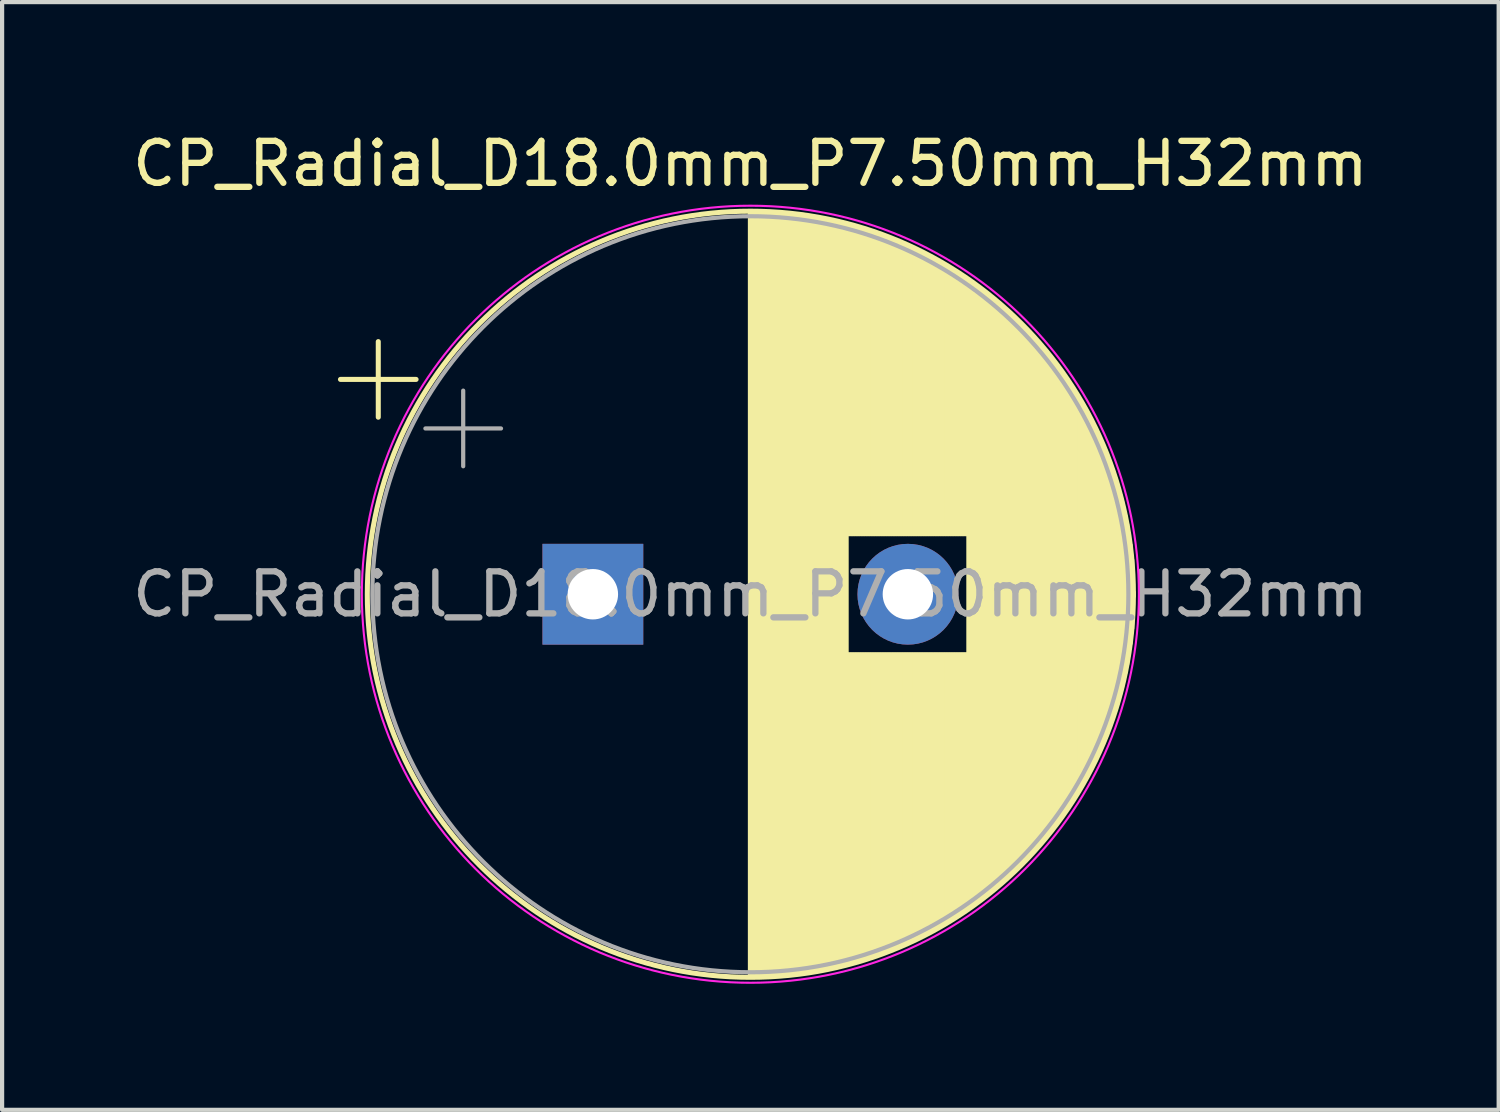
<source format=kicad_pcb>
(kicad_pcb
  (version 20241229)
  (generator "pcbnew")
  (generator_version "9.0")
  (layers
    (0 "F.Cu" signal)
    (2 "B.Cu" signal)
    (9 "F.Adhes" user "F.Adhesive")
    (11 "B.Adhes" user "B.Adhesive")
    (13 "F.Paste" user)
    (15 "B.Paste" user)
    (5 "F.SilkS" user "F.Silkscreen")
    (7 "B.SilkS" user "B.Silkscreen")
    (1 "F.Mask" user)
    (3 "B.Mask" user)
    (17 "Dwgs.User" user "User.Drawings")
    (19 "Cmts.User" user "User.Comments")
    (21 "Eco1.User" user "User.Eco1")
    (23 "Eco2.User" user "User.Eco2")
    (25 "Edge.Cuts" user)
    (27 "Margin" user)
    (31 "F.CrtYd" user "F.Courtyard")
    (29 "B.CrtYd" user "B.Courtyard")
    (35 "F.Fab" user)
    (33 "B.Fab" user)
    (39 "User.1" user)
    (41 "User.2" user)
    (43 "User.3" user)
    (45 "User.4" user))
  (footprint "CP_Radial_D18.0mm_P7.50mm_H32mm"
    (layer "F.Cu")
    (at 11.065 11.098)
    (property "Reference" "CP_Radial_D18.0mm_P7.50mm_H32mm" (at 3.75 -10.25 0) (layer "F.SilkS") (effects (font (size 1 1) (thickness 0.15))))
    (attr through_hole)
    (fp_line (start -6.009 -5.115) (end -4.209 -5.115) (stroke (width 0.12) (type solid)) (layer "F.SilkS"))
    (fp_line (start -5.109 -6.015) (end -5.109 -4.215) (stroke (width 0.12) (type solid)) (layer "F.SilkS"))
    (fp_line (start 3.75 -9.081) (end 3.75 9.081) (stroke (width 0.12) (type solid)) (layer "F.SilkS"))
    (fp_line (start 3.79 -9.08) (end 3.79 9.08) (stroke (width 0.12) (type solid)) (layer "F.SilkS"))
    (fp_line (start 3.83 -9.08) (end 3.83 9.08) (stroke (width 0.12) (type solid)) (layer "F.SilkS"))
    (fp_line (start 3.87 -9.08) (end 3.87 9.08) (stroke (width 0.12) (type solid)) (layer "F.SilkS"))
    (fp_line (start 3.91 -9.079) (end 3.91 9.079) (stroke (width 0.12) (type solid)) (layer "F.SilkS"))
    (fp_line (start 3.95 -9.078) (end 3.95 9.078) (stroke (width 0.12) (type solid)) (layer "F.SilkS"))
    (fp_line (start 3.99 -9.077) (end 3.99 9.077) (stroke (width 0.12) (type solid)) (layer "F.SilkS"))
    (fp_line (start 4.03 -9.076) (end 4.03 9.076) (stroke (width 0.12) (type solid)) (layer "F.SilkS"))
    (fp_line (start 4.07 -9.075) (end 4.07 9.075) (stroke (width 0.12) (type solid)) (layer "F.SilkS"))
    (fp_line (start 4.11 -9.073) (end 4.11 9.073) (stroke (width 0.12) (type solid)) (layer "F.SilkS"))
    (fp_line (start 4.15 -9.072) (end 4.15 9.072) (stroke (width 0.12) (type solid)) (layer "F.SilkS"))
    (fp_line (start 4.19 -9.07) (end 4.19 9.07) (stroke (width 0.12) (type solid)) (layer "F.SilkS"))
    (fp_line (start 4.23 -9.068) (end 4.23 9.068) (stroke (width 0.12) (type solid)) (layer "F.SilkS"))
    (fp_line (start 4.27 -9.066) (end 4.27 9.066) (stroke (width 0.12) (type solid)) (layer "F.SilkS"))
    (fp_line (start 4.31 -9.063) (end 4.31 9.063) (stroke (width 0.12) (type solid)) (layer "F.SilkS"))
    (fp_line (start 4.35 -9.061) (end 4.35 9.061) (stroke (width 0.12) (type solid)) (layer "F.SilkS"))
    (fp_line (start 4.39 -9.058) (end 4.39 9.058) (stroke (width 0.12) (type solid)) (layer "F.SilkS"))
    (fp_line (start 4.43 -9.055) (end 4.43 9.055) (stroke (width 0.12) (type solid)) (layer "F.SilkS"))
    (fp_line (start 4.471 -9.052) (end 4.471 9.052) (stroke (width 0.12) (type solid)) (layer "F.SilkS"))
    (fp_line (start 4.511 -9.049) (end 4.511 9.049) (stroke (width 0.12) (type solid)) (layer "F.SilkS"))
    (fp_line (start 4.551 -9.045) (end 4.551 9.045) (stroke (width 0.12) (type solid)) (layer "F.SilkS"))
    (fp_line (start 4.591 -9.042) (end 4.591 9.042) (stroke (width 0.12) (type solid)) (layer "F.SilkS"))
    (fp_line (start 4.631 -9.038) (end 4.631 9.038) (stroke (width 0.12) (type solid)) (layer "F.SilkS"))
    (fp_line (start 4.671 -9.034) (end 4.671 9.034) (stroke (width 0.12) (type solid)) (layer "F.SilkS"))
    (fp_line (start 4.711 -9.03) (end 4.711 9.03) (stroke (width 0.12) (type solid)) (layer "F.SilkS"))
    (fp_line (start 4.751 -9.026) (end 4.751 9.026) (stroke (width 0.12) (type solid)) (layer "F.SilkS"))
    (fp_line (start 4.791 -9.021) (end 4.791 9.021) (stroke (width 0.12) (type solid)) (layer "F.SilkS"))
    (fp_line (start 4.831 -9.016) (end 4.831 9.016) (stroke (width 0.12) (type solid)) (layer "F.SilkS"))
    (fp_line (start 4.871 -9.011) (end 4.871 9.011) (stroke (width 0.12) (type solid)) (layer "F.SilkS"))
    (fp_line (start 4.911 -9.006) (end 4.911 9.006) (stroke (width 0.12) (type solid)) (layer "F.SilkS"))
    (fp_line (start 4.951 -9.001) (end 4.951 9.001) (stroke (width 0.12) (type solid)) (layer "F.SilkS"))
    (fp_line (start 4.991 -8.996) (end 4.991 8.996) (stroke (width 0.12) (type solid)) (layer "F.SilkS"))
    (fp_line (start 5.031 -8.99) (end 5.031 8.99) (stroke (width 0.12) (type solid)) (layer "F.SilkS"))
    (fp_line (start 5.071 -8.984) (end 5.071 8.984) (stroke (width 0.12) (type solid)) (layer "F.SilkS"))
    (fp_line (start 5.111 -8.979) (end 5.111 8.979) (stroke (width 0.12) (type solid)) (layer "F.SilkS"))
    (fp_line (start 5.151 -8.972) (end 5.151 8.972) (stroke (width 0.12) (type solid)) (layer "F.SilkS"))
    (fp_line (start 5.191 -8.966) (end 5.191 8.966) (stroke (width 0.12) (type solid)) (layer "F.SilkS"))
    (fp_line (start 5.231 -8.96) (end 5.231 8.96) (stroke (width 0.12) (type solid)) (layer "F.SilkS"))
    (fp_line (start 5.271 -8.953) (end 5.271 8.953) (stroke (width 0.12) (type solid)) (layer "F.SilkS"))
    (fp_line (start 5.311 -8.946) (end 5.311 8.946) (stroke (width 0.12) (type solid)) (layer "F.SilkS"))
    (fp_line (start 5.351 -8.939) (end 5.351 8.939) (stroke (width 0.12) (type solid)) (layer "F.SilkS"))
    (fp_line (start 5.391 -8.932) (end 5.391 8.932) (stroke (width 0.12) (type solid)) (layer "F.SilkS"))
    (fp_line (start 5.431 -8.924) (end 5.431 8.924) (stroke (width 0.12) (type solid)) (layer "F.SilkS"))
    (fp_line (start 5.471 -8.917) (end 5.471 8.917) (stroke (width 0.12) (type solid)) (layer "F.SilkS"))
    (fp_line (start 5.511 -8.909) (end 5.511 8.909) (stroke (width 0.12) (type solid)) (layer "F.SilkS"))
    (fp_line (start 5.551 -8.901) (end 5.551 8.901) (stroke (width 0.12) (type solid)) (layer "F.SilkS"))
    (fp_line (start 5.591 -8.893) (end 5.591 8.893) (stroke (width 0.12) (type solid)) (layer "F.SilkS"))
    (fp_line (start 5.631 -8.885) (end 5.631 8.885) (stroke (width 0.12) (type solid)) (layer "F.SilkS"))
    (fp_line (start 5.671 -8.876) (end 5.671 8.876) (stroke (width 0.12) (type solid)) (layer "F.SilkS"))
    (fp_line (start 5.711 -8.867) (end 5.711 8.867) (stroke (width 0.12) (type solid)) (layer "F.SilkS"))
    (fp_line (start 5.751 -8.858) (end 5.751 8.858) (stroke (width 0.12) (type solid)) (layer "F.SilkS"))
    (fp_line (start 5.791 -8.849) (end 5.791 8.849) (stroke (width 0.12) (type solid)) (layer "F.SilkS"))
    (fp_line (start 5.831 -8.84) (end 5.831 8.84) (stroke (width 0.12) (type solid)) (layer "F.SilkS"))
    (fp_line (start 5.871 -8.831) (end 5.871 8.831) (stroke (width 0.12) (type solid)) (layer "F.SilkS"))
    (fp_line (start 5.911 -8.821) (end 5.911 8.821) (stroke (width 0.12) (type solid)) (layer "F.SilkS"))
    (fp_line (start 5.951 -8.811) (end 5.951 8.811) (stroke (width 0.12) (type solid)) (layer "F.SilkS"))
    (fp_line (start 5.991 -8.801) (end 5.991 8.801) (stroke (width 0.12) (type solid)) (layer "F.SilkS"))
    (fp_line (start 6.031 -8.791) (end 6.031 8.791) (stroke (width 0.12) (type solid)) (layer "F.SilkS"))
    (fp_line (start 6.071 -8.78) (end 6.071 -1.44) (stroke (width 0.12) (type solid)) (layer "F.SilkS"))
    (fp_line (start 6.071 1.44) (end 6.071 8.78) (stroke (width 0.12) (type solid)) (layer "F.SilkS"))
    (fp_line (start 6.111 -8.77) (end 6.111 -1.44) (stroke (width 0.12) (type solid)) (layer "F.SilkS"))
    (fp_line (start 6.111 1.44) (end 6.111 8.77) (stroke (width 0.12) (type solid)) (layer "F.SilkS"))
    (fp_line (start 6.151 -8.759) (end 6.151 -1.44) (stroke (width 0.12) (type solid)) (layer "F.SilkS"))
    (fp_line (start 6.151 1.44) (end 6.151 8.759) (stroke (width 0.12) (type solid)) (layer "F.SilkS"))
    (fp_line (start 6.191 -8.748) (end 6.191 -1.44) (stroke (width 0.12) (type solid)) (layer "F.SilkS"))
    (fp_line (start 6.191 1.44) (end 6.191 8.748) (stroke (width 0.12) (type solid)) (layer "F.SilkS"))
    (fp_line (start 6.231 -8.737) (end 6.231 -1.44) (stroke (width 0.12) (type solid)) (layer "F.SilkS"))
    (fp_line (start 6.231 1.44) (end 6.231 8.737) (stroke (width 0.12) (type solid)) (layer "F.SilkS"))
    (fp_line (start 6.271 -8.725) (end 6.271 -1.44) (stroke (width 0.12) (type solid)) (layer "F.SilkS"))
    (fp_line (start 6.271 1.44) (end 6.271 8.725) (stroke (width 0.12) (type solid)) (layer "F.SilkS"))
    (fp_line (start 6.311 -8.714) (end 6.311 -1.44) (stroke (width 0.12) (type solid)) (layer "F.SilkS"))
    (fp_line (start 6.311 1.44) (end 6.311 8.714) (stroke (width 0.12) (type solid)) (layer "F.SilkS"))
    (fp_line (start 6.351 -8.702) (end 6.351 -1.44) (stroke (width 0.12) (type solid)) (layer "F.SilkS"))
    (fp_line (start 6.351 1.44) (end 6.351 8.702) (stroke (width 0.12) (type solid)) (layer "F.SilkS"))
    (fp_line (start 6.391 -8.69) (end 6.391 -1.44) (stroke (width 0.12) (type solid)) (layer "F.SilkS"))
    (fp_line (start 6.391 1.44) (end 6.391 8.69) (stroke (width 0.12) (type solid)) (layer "F.SilkS"))
    (fp_line (start 6.431 -8.678) (end 6.431 -1.44) (stroke (width 0.12) (type solid)) (layer "F.SilkS"))
    (fp_line (start 6.431 1.44) (end 6.431 8.678) (stroke (width 0.12) (type solid)) (layer "F.SilkS"))
    (fp_line (start 6.471 -8.665) (end 6.471 -1.44) (stroke (width 0.12) (type solid)) (layer "F.SilkS"))
    (fp_line (start 6.471 1.44) (end 6.471 8.665) (stroke (width 0.12) (type solid)) (layer "F.SilkS"))
    (fp_line (start 6.511 -8.653) (end 6.511 -1.44) (stroke (width 0.12) (type solid)) (layer "F.SilkS"))
    (fp_line (start 6.511 1.44) (end 6.511 8.653) (stroke (width 0.12) (type solid)) (layer "F.SilkS"))
    (fp_line (start 6.551 -8.64) (end 6.551 -1.44) (stroke (width 0.12) (type solid)) (layer "F.SilkS"))
    (fp_line (start 6.551 1.44) (end 6.551 8.64) (stroke (width 0.12) (type solid)) (layer "F.SilkS"))
    (fp_line (start 6.591 -8.627) (end 6.591 -1.44) (stroke (width 0.12) (type solid)) (layer "F.SilkS"))
    (fp_line (start 6.591 1.44) (end 6.591 8.627) (stroke (width 0.12) (type solid)) (layer "F.SilkS"))
    (fp_line (start 6.631 -8.614) (end 6.631 -1.44) (stroke (width 0.12) (type solid)) (layer "F.SilkS"))
    (fp_line (start 6.631 1.44) (end 6.631 8.614) (stroke (width 0.12) (type solid)) (layer "F.SilkS"))
    (fp_line (start 6.671 -8.6) (end 6.671 -1.44) (stroke (width 0.12) (type solid)) (layer "F.SilkS"))
    (fp_line (start 6.671 1.44) (end 6.671 8.6) (stroke (width 0.12) (type solid)) (layer "F.SilkS"))
    (fp_line (start 6.711 -8.587) (end 6.711 -1.44) (stroke (width 0.12) (type solid)) (layer "F.SilkS"))
    (fp_line (start 6.711 1.44) (end 6.711 8.587) (stroke (width 0.12) (type solid)) (layer "F.SilkS"))
    (fp_line (start 6.751 -8.573) (end 6.751 -1.44) (stroke (width 0.12) (type solid)) (layer "F.SilkS"))
    (fp_line (start 6.751 1.44) (end 6.751 8.573) (stroke (width 0.12) (type solid)) (layer "F.SilkS"))
    (fp_line (start 6.791 -8.559) (end 6.791 -1.44) (stroke (width 0.12) (type solid)) (layer "F.SilkS"))
    (fp_line (start 6.791 1.44) (end 6.791 8.559) (stroke (width 0.12) (type solid)) (layer "F.SilkS"))
    (fp_line (start 6.831 -8.545) (end 6.831 -1.44) (stroke (width 0.12) (type solid)) (layer "F.SilkS"))
    (fp_line (start 6.831 1.44) (end 6.831 8.545) (stroke (width 0.12) (type solid)) (layer "F.SilkS"))
    (fp_line (start 6.871 -8.53) (end 6.871 -1.44) (stroke (width 0.12) (type solid)) (layer "F.SilkS"))
    (fp_line (start 6.871 1.44) (end 6.871 8.53) (stroke (width 0.12) (type solid)) (layer "F.SilkS"))
    (fp_line (start 6.911 -8.516) (end 6.911 -1.44) (stroke (width 0.12) (type solid)) (layer "F.SilkS"))
    (fp_line (start 6.911 1.44) (end 6.911 8.516) (stroke (width 0.12) (type solid)) (layer "F.SilkS"))
    (fp_line (start 6.951 -8.501) (end 6.951 -1.44) (stroke (width 0.12) (type solid)) (layer "F.SilkS"))
    (fp_line (start 6.951 1.44) (end 6.951 8.501) (stroke (width 0.12) (type solid)) (layer "F.SilkS"))
    (fp_line (start 6.991 -8.486) (end 6.991 -1.44) (stroke (width 0.12) (type solid)) (layer "F.SilkS"))
    (fp_line (start 6.991 1.44) (end 6.991 8.486) (stroke (width 0.12) (type solid)) (layer "F.SilkS"))
    (fp_line (start 7.031 -8.47) (end 7.031 -1.44) (stroke (width 0.12) (type solid)) (layer "F.SilkS"))
    (fp_line (start 7.031 1.44) (end 7.031 8.47) (stroke (width 0.12) (type solid)) (layer "F.SilkS"))
    (fp_line (start 7.071 -8.455) (end 7.071 -1.44) (stroke (width 0.12) (type solid)) (layer "F.SilkS"))
    (fp_line (start 7.071 1.44) (end 7.071 8.455) (stroke (width 0.12) (type solid)) (layer "F.SilkS"))
    (fp_line (start 7.111 -8.439) (end 7.111 -1.44) (stroke (width 0.12) (type solid)) (layer "F.SilkS"))
    (fp_line (start 7.111 1.44) (end 7.111 8.439) (stroke (width 0.12) (type solid)) (layer "F.SilkS"))
    (fp_line (start 7.151 -8.423) (end 7.151 -1.44) (stroke (width 0.12) (type solid)) (layer "F.SilkS"))
    (fp_line (start 7.151 1.44) (end 7.151 8.423) (stroke (width 0.12) (type solid)) (layer "F.SilkS"))
    (fp_line (start 7.191 -8.407) (end 7.191 -1.44) (stroke (width 0.12) (type solid)) (layer "F.SilkS"))
    (fp_line (start 7.191 1.44) (end 7.191 8.407) (stroke (width 0.12) (type solid)) (layer "F.SilkS"))
    (fp_line (start 7.231 -8.39) (end 7.231 -1.44) (stroke (width 0.12) (type solid)) (layer "F.SilkS"))
    (fp_line (start 7.231 1.44) (end 7.231 8.39) (stroke (width 0.12) (type solid)) (layer "F.SilkS"))
    (fp_line (start 7.271 -8.374) (end 7.271 -1.44) (stroke (width 0.12) (type solid)) (layer "F.SilkS"))
    (fp_line (start 7.271 1.44) (end 7.271 8.374) (stroke (width 0.12) (type solid)) (layer "F.SilkS"))
    (fp_line (start 7.311 -8.357) (end 7.311 -1.44) (stroke (width 0.12) (type solid)) (layer "F.SilkS"))
    (fp_line (start 7.311 1.44) (end 7.311 8.357) (stroke (width 0.12) (type solid)) (layer "F.SilkS"))
    (fp_line (start 7.351 -8.34) (end 7.351 -1.44) (stroke (width 0.12) (type solid)) (layer "F.SilkS"))
    (fp_line (start 7.351 1.44) (end 7.351 8.34) (stroke (width 0.12) (type solid)) (layer "F.SilkS"))
    (fp_line (start 7.391 -8.323) (end 7.391 -1.44) (stroke (width 0.12) (type solid)) (layer "F.SilkS"))
    (fp_line (start 7.391 1.44) (end 7.391 8.323) (stroke (width 0.12) (type solid)) (layer "F.SilkS"))
    (fp_line (start 7.431 -8.305) (end 7.431 -1.44) (stroke (width 0.12) (type solid)) (layer "F.SilkS"))
    (fp_line (start 7.431 1.44) (end 7.431 8.305) (stroke (width 0.12) (type solid)) (layer "F.SilkS"))
    (fp_line (start 7.471 -8.287) (end 7.471 -1.44) (stroke (width 0.12) (type solid)) (layer "F.SilkS"))
    (fp_line (start 7.471 1.44) (end 7.471 8.287) (stroke (width 0.12) (type solid)) (layer "F.SilkS"))
    (fp_line (start 7.511 -8.269) (end 7.511 -1.44) (stroke (width 0.12) (type solid)) (layer "F.SilkS"))
    (fp_line (start 7.511 1.44) (end 7.511 8.269) (stroke (width 0.12) (type solid)) (layer "F.SilkS"))
    (fp_line (start 7.551 -8.251) (end 7.551 -1.44) (stroke (width 0.12) (type solid)) (layer "F.SilkS"))
    (fp_line (start 7.551 1.44) (end 7.551 8.251) (stroke (width 0.12) (type solid)) (layer "F.SilkS"))
    (fp_line (start 7.591 -8.233) (end 7.591 -1.44) (stroke (width 0.12) (type solid)) (layer "F.SilkS"))
    (fp_line (start 7.591 1.44) (end 7.591 8.233) (stroke (width 0.12) (type solid)) (layer "F.SilkS"))
    (fp_line (start 7.631 -8.214) (end 7.631 -1.44) (stroke (width 0.12) (type solid)) (layer "F.SilkS"))
    (fp_line (start 7.631 1.44) (end 7.631 8.214) (stroke (width 0.12) (type solid)) (layer "F.SilkS"))
    (fp_line (start 7.671 -8.195) (end 7.671 -1.44) (stroke (width 0.12) (type solid)) (layer "F.SilkS"))
    (fp_line (start 7.671 1.44) (end 7.671 8.195) (stroke (width 0.12) (type solid)) (layer "F.SilkS"))
    (fp_line (start 7.711 -8.176) (end 7.711 -1.44) (stroke (width 0.12) (type solid)) (layer "F.SilkS"))
    (fp_line (start 7.711 1.44) (end 7.711 8.176) (stroke (width 0.12) (type solid)) (layer "F.SilkS"))
    (fp_line (start 7.751 -8.156) (end 7.751 -1.44) (stroke (width 0.12) (type solid)) (layer "F.SilkS"))
    (fp_line (start 7.751 1.44) (end 7.751 8.156) (stroke (width 0.12) (type solid)) (layer "F.SilkS"))
    (fp_line (start 7.791 -8.137) (end 7.791 -1.44) (stroke (width 0.12) (type solid)) (layer "F.SilkS"))
    (fp_line (start 7.791 1.44) (end 7.791 8.137) (stroke (width 0.12) (type solid)) (layer "F.SilkS"))
    (fp_line (start 7.831 -8.117) (end 7.831 -1.44) (stroke (width 0.12) (type solid)) (layer "F.SilkS"))
    (fp_line (start 7.831 1.44) (end 7.831 8.117) (stroke (width 0.12) (type solid)) (layer "F.SilkS"))
    (fp_line (start 7.871 -8.097) (end 7.871 -1.44) (stroke (width 0.12) (type solid)) (layer "F.SilkS"))
    (fp_line (start 7.871 1.44) (end 7.871 8.097) (stroke (width 0.12) (type solid)) (layer "F.SilkS"))
    (fp_line (start 7.911 -8.076) (end 7.911 -1.44) (stroke (width 0.12) (type solid)) (layer "F.SilkS"))
    (fp_line (start 7.911 1.44) (end 7.911 8.076) (stroke (width 0.12) (type solid)) (layer "F.SilkS"))
    (fp_line (start 7.951 -8.056) (end 7.951 -1.44) (stroke (width 0.12) (type solid)) (layer "F.SilkS"))
    (fp_line (start 7.951 1.44) (end 7.951 8.056) (stroke (width 0.12) (type solid)) (layer "F.SilkS"))
    (fp_line (start 7.991 -8.035) (end 7.991 -1.44) (stroke (width 0.12) (type solid)) (layer "F.SilkS"))
    (fp_line (start 7.991 1.44) (end 7.991 8.035) (stroke (width 0.12) (type solid)) (layer "F.SilkS"))
    (fp_line (start 8.031 -8.014) (end 8.031 -1.44) (stroke (width 0.12) (type solid)) (layer "F.SilkS"))
    (fp_line (start 8.031 1.44) (end 8.031 8.014) (stroke (width 0.12) (type solid)) (layer "F.SilkS"))
    (fp_line (start 8.071 -7.992) (end 8.071 -1.44) (stroke (width 0.12) (type solid)) (layer "F.SilkS"))
    (fp_line (start 8.071 1.44) (end 8.071 7.992) (stroke (width 0.12) (type solid)) (layer "F.SilkS"))
    (fp_line (start 8.111 -7.971) (end 8.111 -1.44) (stroke (width 0.12) (type solid)) (layer "F.SilkS"))
    (fp_line (start 8.111 1.44) (end 8.111 7.971) (stroke (width 0.12) (type solid)) (layer "F.SilkS"))
    (fp_line (start 8.151 -7.949) (end 8.151 -1.44) (stroke (width 0.12) (type solid)) (layer "F.SilkS"))
    (fp_line (start 8.151 1.44) (end 8.151 7.949) (stroke (width 0.12) (type solid)) (layer "F.SilkS"))
    (fp_line (start 8.191 -7.927) (end 8.191 -1.44) (stroke (width 0.12) (type solid)) (layer "F.SilkS"))
    (fp_line (start 8.191 1.44) (end 8.191 7.927) (stroke (width 0.12) (type solid)) (layer "F.SilkS"))
    (fp_line (start 8.231 -7.904) (end 8.231 -1.44) (stroke (width 0.12) (type solid)) (layer "F.SilkS"))
    (fp_line (start 8.231 1.44) (end 8.231 7.904) (stroke (width 0.12) (type solid)) (layer "F.SilkS"))
    (fp_line (start 8.271 -7.882) (end 8.271 -1.44) (stroke (width 0.12) (type solid)) (layer "F.SilkS"))
    (fp_line (start 8.271 1.44) (end 8.271 7.882) (stroke (width 0.12) (type solid)) (layer "F.SilkS"))
    (fp_line (start 8.311 -7.859) (end 8.311 -1.44) (stroke (width 0.12) (type solid)) (layer "F.SilkS"))
    (fp_line (start 8.311 1.44) (end 8.311 7.859) (stroke (width 0.12) (type solid)) (layer "F.SilkS"))
    (fp_line (start 8.351 -7.835) (end 8.351 -1.44) (stroke (width 0.12) (type solid)) (layer "F.SilkS"))
    (fp_line (start 8.351 1.44) (end 8.351 7.835) (stroke (width 0.12) (type solid)) (layer "F.SilkS"))
    (fp_line (start 8.391 -7.812) (end 8.391 -1.44) (stroke (width 0.12) (type solid)) (layer "F.SilkS"))
    (fp_line (start 8.391 1.44) (end 8.391 7.812) (stroke (width 0.12) (type solid)) (layer "F.SilkS"))
    (fp_line (start 8.431 -7.788) (end 8.431 -1.44) (stroke (width 0.12) (type solid)) (layer "F.SilkS"))
    (fp_line (start 8.431 1.44) (end 8.431 7.788) (stroke (width 0.12) (type solid)) (layer "F.SilkS"))
    (fp_line (start 8.471 -7.764) (end 8.471 -1.44) (stroke (width 0.12) (type solid)) (layer "F.SilkS"))
    (fp_line (start 8.471 1.44) (end 8.471 7.764) (stroke (width 0.12) (type solid)) (layer "F.SilkS"))
    (fp_line (start 8.511 -7.74) (end 8.511 -1.44) (stroke (width 0.12) (type solid)) (layer "F.SilkS"))
    (fp_line (start 8.511 1.44) (end 8.511 7.74) (stroke (width 0.12) (type solid)) (layer "F.SilkS"))
    (fp_line (start 8.551 -7.715) (end 8.551 -1.44) (stroke (width 0.12) (type solid)) (layer "F.SilkS"))
    (fp_line (start 8.551 1.44) (end 8.551 7.715) (stroke (width 0.12) (type solid)) (layer "F.SilkS"))
    (fp_line (start 8.591 -7.69) (end 8.591 -1.44) (stroke (width 0.12) (type solid)) (layer "F.SilkS"))
    (fp_line (start 8.591 1.44) (end 8.591 7.69) (stroke (width 0.12) (type solid)) (layer "F.SilkS"))
    (fp_line (start 8.631 -7.665) (end 8.631 -1.44) (stroke (width 0.12) (type solid)) (layer "F.SilkS"))
    (fp_line (start 8.631 1.44) (end 8.631 7.665) (stroke (width 0.12) (type solid)) (layer "F.SilkS"))
    (fp_line (start 8.671 -7.64) (end 8.671 -1.44) (stroke (width 0.12) (type solid)) (layer "F.SilkS"))
    (fp_line (start 8.671 1.44) (end 8.671 7.64) (stroke (width 0.12) (type solid)) (layer "F.SilkS"))
    (fp_line (start 8.711 -7.614) (end 8.711 -1.44) (stroke (width 0.12) (type solid)) (layer "F.SilkS"))
    (fp_line (start 8.711 1.44) (end 8.711 7.614) (stroke (width 0.12) (type solid)) (layer "F.SilkS"))
    (fp_line (start 8.751 -7.588) (end 8.751 -1.44) (stroke (width 0.12) (type solid)) (layer "F.SilkS"))
    (fp_line (start 8.751 1.44) (end 8.751 7.588) (stroke (width 0.12) (type solid)) (layer "F.SilkS"))
    (fp_line (start 8.791 -7.561) (end 8.791 -1.44) (stroke (width 0.12) (type solid)) (layer "F.SilkS"))
    (fp_line (start 8.791 1.44) (end 8.791 7.561) (stroke (width 0.12) (type solid)) (layer "F.SilkS"))
    (fp_line (start 8.831 -7.535) (end 8.831 -1.44) (stroke (width 0.12) (type solid)) (layer "F.SilkS"))
    (fp_line (start 8.831 1.44) (end 8.831 7.535) (stroke (width 0.12) (type solid)) (layer "F.SilkS"))
    (fp_line (start 8.871 -7.508) (end 8.871 -1.44) (stroke (width 0.12) (type solid)) (layer "F.SilkS"))
    (fp_line (start 8.871 1.44) (end 8.871 7.508) (stroke (width 0.12) (type solid)) (layer "F.SilkS"))
    (fp_line (start 8.911 -7.48) (end 8.911 -1.44) (stroke (width 0.12) (type solid)) (layer "F.SilkS"))
    (fp_line (start 8.911 1.44) (end 8.911 7.48) (stroke (width 0.12) (type solid)) (layer "F.SilkS"))
    (fp_line (start 8.951 -7.453) (end 8.951 7.453) (stroke (width 0.12) (type solid)) (layer "F.SilkS"))
    (fp_line (start 8.991 -7.425) (end 8.991 7.425) (stroke (width 0.12) (type solid)) (layer "F.SilkS"))
    (fp_line (start 9.031 -7.397) (end 9.031 7.397) (stroke (width 0.12) (type solid)) (layer "F.SilkS"))
    (fp_line (start 9.071 -7.368) (end 9.071 7.368) (stroke (width 0.12) (type solid)) (layer "F.SilkS"))
    (fp_line (start 9.111 -7.339) (end 9.111 7.339) (stroke (width 0.12) (type solid)) (layer "F.SilkS"))
    (fp_line (start 9.151 -7.31) (end 9.151 7.31) (stroke (width 0.12) (type solid)) (layer "F.SilkS"))
    (fp_line (start 9.191 -7.28) (end 9.191 7.28) (stroke (width 0.12) (type solid)) (layer "F.SilkS"))
    (fp_line (start 9.231 -7.25) (end 9.231 7.25) (stroke (width 0.12) (type solid)) (layer "F.SilkS"))
    (fp_line (start 9.271 -7.22) (end 9.271 7.22) (stroke (width 0.12) (type solid)) (layer "F.SilkS"))
    (fp_line (start 9.311 -7.19) (end 9.311 7.19) (stroke (width 0.12) (type solid)) (layer "F.SilkS"))
    (fp_line (start 9.351 -7.159) (end 9.351 7.159) (stroke (width 0.12) (type solid)) (layer "F.SilkS"))
    (fp_line (start 9.391 -7.127) (end 9.391 7.127) (stroke (width 0.12) (type solid)) (layer "F.SilkS"))
    (fp_line (start 9.431 -7.096) (end 9.431 7.096) (stroke (width 0.12) (type solid)) (layer "F.SilkS"))
    (fp_line (start 9.471 -7.064) (end 9.471 7.064) (stroke (width 0.12) (type solid)) (layer "F.SilkS"))
    (fp_line (start 9.511 -7.031) (end 9.511 7.031) (stroke (width 0.12) (type solid)) (layer "F.SilkS"))
    (fp_line (start 9.551 -6.999) (end 9.551 6.999) (stroke (width 0.12) (type solid)) (layer "F.SilkS"))
    (fp_line (start 9.591 -6.965) (end 9.591 6.965) (stroke (width 0.12) (type solid)) (layer "F.SilkS"))
    (fp_line (start 9.631 -6.932) (end 9.631 6.932) (stroke (width 0.12) (type solid)) (layer "F.SilkS"))
    (fp_line (start 9.671 -6.898) (end 9.671 6.898) (stroke (width 0.12) (type solid)) (layer "F.SilkS"))
    (fp_line (start 9.711 -6.864) (end 9.711 6.864) (stroke (width 0.12) (type solid)) (layer "F.SilkS"))
    (fp_line (start 9.751 -6.829) (end 9.751 6.829) (stroke (width 0.12) (type solid)) (layer "F.SilkS"))
    (fp_line (start 9.791 -6.794) (end 9.791 6.794) (stroke (width 0.12) (type solid)) (layer "F.SilkS"))
    (fp_line (start 9.831 -6.758) (end 9.831 6.758) (stroke (width 0.12) (type solid)) (layer "F.SilkS"))
    (fp_line (start 9.871 -6.722) (end 9.871 6.722) (stroke (width 0.12) (type solid)) (layer "F.SilkS"))
    (fp_line (start 9.911 -6.686) (end 9.911 6.686) (stroke (width 0.12) (type solid)) (layer "F.SilkS"))
    (fp_line (start 9.951 -6.649) (end 9.951 6.649) (stroke (width 0.12) (type solid)) (layer "F.SilkS"))
    (fp_line (start 9.991 -6.612) (end 9.991 6.612) (stroke (width 0.12) (type solid)) (layer "F.SilkS"))
    (fp_line (start 10.031 -6.574) (end 10.031 6.574) (stroke (width 0.12) (type solid)) (layer "F.SilkS"))
    (fp_line (start 10.071 -6.536) (end 10.071 6.536) (stroke (width 0.12) (type solid)) (layer "F.SilkS"))
    (fp_line (start 10.111 -6.497) (end 10.111 6.497) (stroke (width 0.12) (type solid)) (layer "F.SilkS"))
    (fp_line (start 10.151 -6.458) (end 10.151 6.458) (stroke (width 0.12) (type solid)) (layer "F.SilkS"))
    (fp_line (start 10.191 -6.418) (end 10.191 6.418) (stroke (width 0.12) (type solid)) (layer "F.SilkS"))
    (fp_line (start 10.231 -6.378) (end 10.231 6.378) (stroke (width 0.12) (type solid)) (layer "F.SilkS"))
    (fp_line (start 10.271 -6.337) (end 10.271 6.337) (stroke (width 0.12) (type solid)) (layer "F.SilkS"))
    (fp_line (start 10.311 -6.296) (end 10.311 6.296) (stroke (width 0.12) (type solid)) (layer "F.SilkS"))
    (fp_line (start 10.351 -6.254) (end 10.351 6.254) (stroke (width 0.12) (type solid)) (layer "F.SilkS"))
    (fp_line (start 10.391 -6.212) (end 10.391 6.212) (stroke (width 0.12) (type solid)) (layer "F.SilkS"))
    (fp_line (start 10.431 -6.17) (end 10.431 6.17) (stroke (width 0.12) (type solid)) (layer "F.SilkS"))
    (fp_line (start 10.471 -6.126) (end 10.471 6.126) (stroke (width 0.12) (type solid)) (layer "F.SilkS"))
    (fp_line (start 10.511 -6.082) (end 10.511 6.082) (stroke (width 0.12) (type solid)) (layer "F.SilkS"))
    (fp_line (start 10.551 -6.038) (end 10.551 6.038) (stroke (width 0.12) (type solid)) (layer "F.SilkS"))
    (fp_line (start 10.591 -5.993) (end 10.591 5.993) (stroke (width 0.12) (type solid)) (layer "F.SilkS"))
    (fp_line (start 10.631 -5.947) (end 10.631 5.947) (stroke (width 0.12) (type solid)) (layer "F.SilkS"))
    (fp_line (start 10.671 -5.901) (end 10.671 5.901) (stroke (width 0.12) (type solid)) (layer "F.SilkS"))
    (fp_line (start 10.711 -5.854) (end 10.711 5.854) (stroke (width 0.12) (type solid)) (layer "F.SilkS"))
    (fp_line (start 10.751 -5.806) (end 10.751 5.806) (stroke (width 0.12) (type solid)) (layer "F.SilkS"))
    (fp_line (start 10.791 -5.758) (end 10.791 5.758) (stroke (width 0.12) (type solid)) (layer "F.SilkS"))
    (fp_line (start 10.831 -5.709) (end 10.831 5.709) (stroke (width 0.12) (type solid)) (layer "F.SilkS"))
    (fp_line (start 10.871 -5.66) (end 10.871 5.66) (stroke (width 0.12) (type solid)) (layer "F.SilkS"))
    (fp_line (start 10.911 -5.609) (end 10.911 5.609) (stroke (width 0.12) (type solid)) (layer "F.SilkS"))
    (fp_line (start 10.951 -5.558) (end 10.951 5.558) (stroke (width 0.12) (type solid)) (layer "F.SilkS"))
    (fp_line (start 10.991 -5.506) (end 10.991 5.506) (stroke (width 0.12) (type solid)) (layer "F.SilkS"))
    (fp_line (start 11.031 -5.454) (end 11.031 5.454) (stroke (width 0.12) (type solid)) (layer "F.SilkS"))
    (fp_line (start 11.071 -5.4) (end 11.071 5.4) (stroke (width 0.12) (type solid)) (layer "F.SilkS"))
    (fp_line (start 11.111 -5.346) (end 11.111 5.346) (stroke (width 0.12) (type solid)) (layer "F.SilkS"))
    (fp_line (start 11.151 -5.291) (end 11.151 5.291) (stroke (width 0.12) (type solid)) (layer "F.SilkS"))
    (fp_line (start 11.191 -5.235) (end 11.191 5.235) (stroke (width 0.12) (type solid)) (layer "F.SilkS"))
    (fp_line (start 11.231 -5.178) (end 11.231 5.178) (stroke (width 0.12) (type solid)) (layer "F.SilkS"))
    (fp_line (start 11.271 -5.12) (end 11.271 5.12) (stroke (width 0.12) (type solid)) (layer "F.SilkS"))
    (fp_line (start 11.311 -5.062) (end 11.311 5.062) (stroke (width 0.12) (type solid)) (layer "F.SilkS"))
    (fp_line (start 11.351 -5.002) (end 11.351 5.002) (stroke (width 0.12) (type solid)) (layer "F.SilkS"))
    (fp_line (start 11.391 -4.941) (end 11.391 4.941) (stroke (width 0.12) (type solid)) (layer "F.SilkS"))
    (fp_line (start 11.431 -4.879) (end 11.431 4.879) (stroke (width 0.12) (type solid)) (layer "F.SilkS"))
    (fp_line (start 11.471 -4.816) (end 11.471 4.816) (stroke (width 0.12) (type solid)) (layer "F.SilkS"))
    (fp_line (start 11.511 -4.752) (end 11.511 4.752) (stroke (width 0.12) (type solid)) (layer "F.SilkS"))
    (fp_line (start 11.551 -4.686) (end 11.551 4.686) (stroke (width 0.12) (type solid)) (layer "F.SilkS"))
    (fp_line (start 11.591 -4.62) (end 11.591 4.62) (stroke (width 0.12) (type solid)) (layer "F.SilkS"))
    (fp_line (start 11.631 -4.552) (end 11.631 4.552) (stroke (width 0.12) (type solid)) (layer "F.SilkS"))
    (fp_line (start 11.671 -4.482) (end 11.671 4.482) (stroke (width 0.12) (type solid)) (layer "F.SilkS"))
    (fp_line (start 11.711 -4.412) (end 11.711 4.412) (stroke (width 0.12) (type solid)) (layer "F.SilkS"))
    (fp_line (start 11.751 -4.339) (end 11.751 4.339) (stroke (width 0.12) (type solid)) (layer "F.SilkS"))
    (fp_line (start 11.791 -4.265) (end 11.791 4.265) (stroke (width 0.12) (type solid)) (layer "F.SilkS"))
    (fp_line (start 11.831 -4.19) (end 11.831 4.19) (stroke (width 0.12) (type solid)) (layer "F.SilkS"))
    (fp_line (start 11.871 -4.113) (end 11.871 4.113) (stroke (width 0.12) (type solid)) (layer "F.SilkS"))
    (fp_line (start 11.911 -4.033) (end 11.911 4.033) (stroke (width 0.12) (type solid)) (layer "F.SilkS"))
    (fp_line (start 11.95 -3.952) (end 11.95 3.952) (stroke (width 0.12) (type solid)) (layer "F.SilkS"))
    (fp_line (start 11.99 -3.869) (end 11.99 3.869) (stroke (width 0.12) (type solid)) (layer "F.SilkS"))
    (fp_line (start 12.03 -3.784) (end 12.03 3.784) (stroke (width 0.12) (type solid)) (layer "F.SilkS"))
    (fp_line (start 12.07 -3.696) (end 12.07 3.696) (stroke (width 0.12) (type solid)) (layer "F.SilkS"))
    (fp_line (start 12.11 -3.605) (end 12.11 3.605) (stroke (width 0.12) (type solid)) (layer "F.SilkS"))
    (fp_line (start 12.15 -3.512) (end 12.15 3.512) (stroke (width 0.12) (type solid)) (layer "F.SilkS"))
    (fp_line (start 12.19 -3.416) (end 12.19 3.416) (stroke (width 0.12) (type solid)) (layer "F.SilkS"))
    (fp_line (start 12.23 -3.317) (end 12.23 3.317) (stroke (width 0.12) (type solid)) (layer "F.SilkS"))
    (fp_line (start 12.27 -3.214) (end 12.27 3.214) (stroke (width 0.12) (type solid)) (layer "F.SilkS"))
    (fp_line (start 12.31 -3.107) (end 12.31 3.107) (stroke (width 0.12) (type solid)) (layer "F.SilkS"))
    (fp_line (start 12.35 -2.996) (end 12.35 2.996) (stroke (width 0.12) (type solid)) (layer "F.SilkS"))
    (fp_line (start 12.39 -2.88) (end 12.39 2.88) (stroke (width 0.12) (type solid)) (layer "F.SilkS"))
    (fp_line (start 12.43 -2.759) (end 12.43 2.759) (stroke (width 0.12) (type solid)) (layer "F.SilkS"))
    (fp_line (start 12.47 -2.632) (end 12.47 2.632) (stroke (width 0.12) (type solid)) (layer "F.SilkS"))
    (fp_line (start 12.51 -2.498) (end 12.51 2.498) (stroke (width 0.12) (type solid)) (layer "F.SilkS"))
    (fp_line (start 12.55 -2.355) (end 12.55 2.355) (stroke (width 0.12) (type solid)) (layer "F.SilkS"))
    (fp_line (start 12.59 -2.203) (end 12.59 2.203) (stroke (width 0.12) (type solid)) (layer "F.SilkS"))
    (fp_line (start 12.63 -2.039) (end 12.63 2.039) (stroke (width 0.12) (type solid)) (layer "F.SilkS"))
    (fp_line (start 12.67 -1.86) (end 12.67 1.86) (stroke (width 0.12) (type solid)) (layer "F.SilkS"))
    (fp_line (start 12.71 -1.661) (end 12.71 1.661) (stroke (width 0.12) (type solid)) (layer "F.SilkS"))
    (fp_line (start 12.75 -1.435) (end 12.75 1.435) (stroke (width 0.12) (type solid)) (layer "F.SilkS"))
    (fp_line (start 12.79 -1.166) (end 12.79 1.166) (stroke (width 0.12) (type solid)) (layer "F.SilkS"))
    (fp_line (start 12.83 -0.814) (end 12.83 0.814) (stroke (width 0.12) (type solid)) (layer "F.SilkS"))
    (fp_line (start 12.87 -0.04) (end 12.87 0.04) (stroke (width 0.12) (type solid)) (layer "F.SilkS"))
    (fp_circle (center 3.75 0) (end 12.87 0) (stroke (width 0.12) (type solid)) (fill no) (layer "F.SilkS"))
    (fp_circle (center 3.75 0) (end 13 0) (stroke (width 0.05) (type solid)) (fill no) (layer "F.CrtYd"))
    (fp_line (start -3.987 -3.947) (end -2.187 -3.947) (stroke (width 0.1) (type solid)) (layer "F.Fab"))
    (fp_line (start -3.087 -4.848) (end -3.087 -3.047) (stroke (width 0.1) (type solid)) (layer "F.Fab"))
    (fp_circle (center 3.75 0) (end 12.75 0) (stroke (width 0.1) (type solid)) (fill no) (layer "F.Fab"))
    (fp_text user "${REFERENCE}" (at 3.75 0 0) (layer "F.Fab") (effects (font (size 1 1) (thickness 0.15))))
    (pad "1" thru_hole rect (at 0 0) (size 2.4 2.4) (drill 1.2) (layers "*.Cu" "*.Mask"))
    (pad "2" thru_hole circle (at 7.5 0) (size 2.4 2.4) (drill 1.2) (layers "*.Cu" "*.Mask")))
  (gr_rect
    (start -3 -3)
    (end 32.631 23.373)
    (stroke (width 0.1) (type default))
    (fill no)
    (layer "Edge.Cuts")))
</source>
